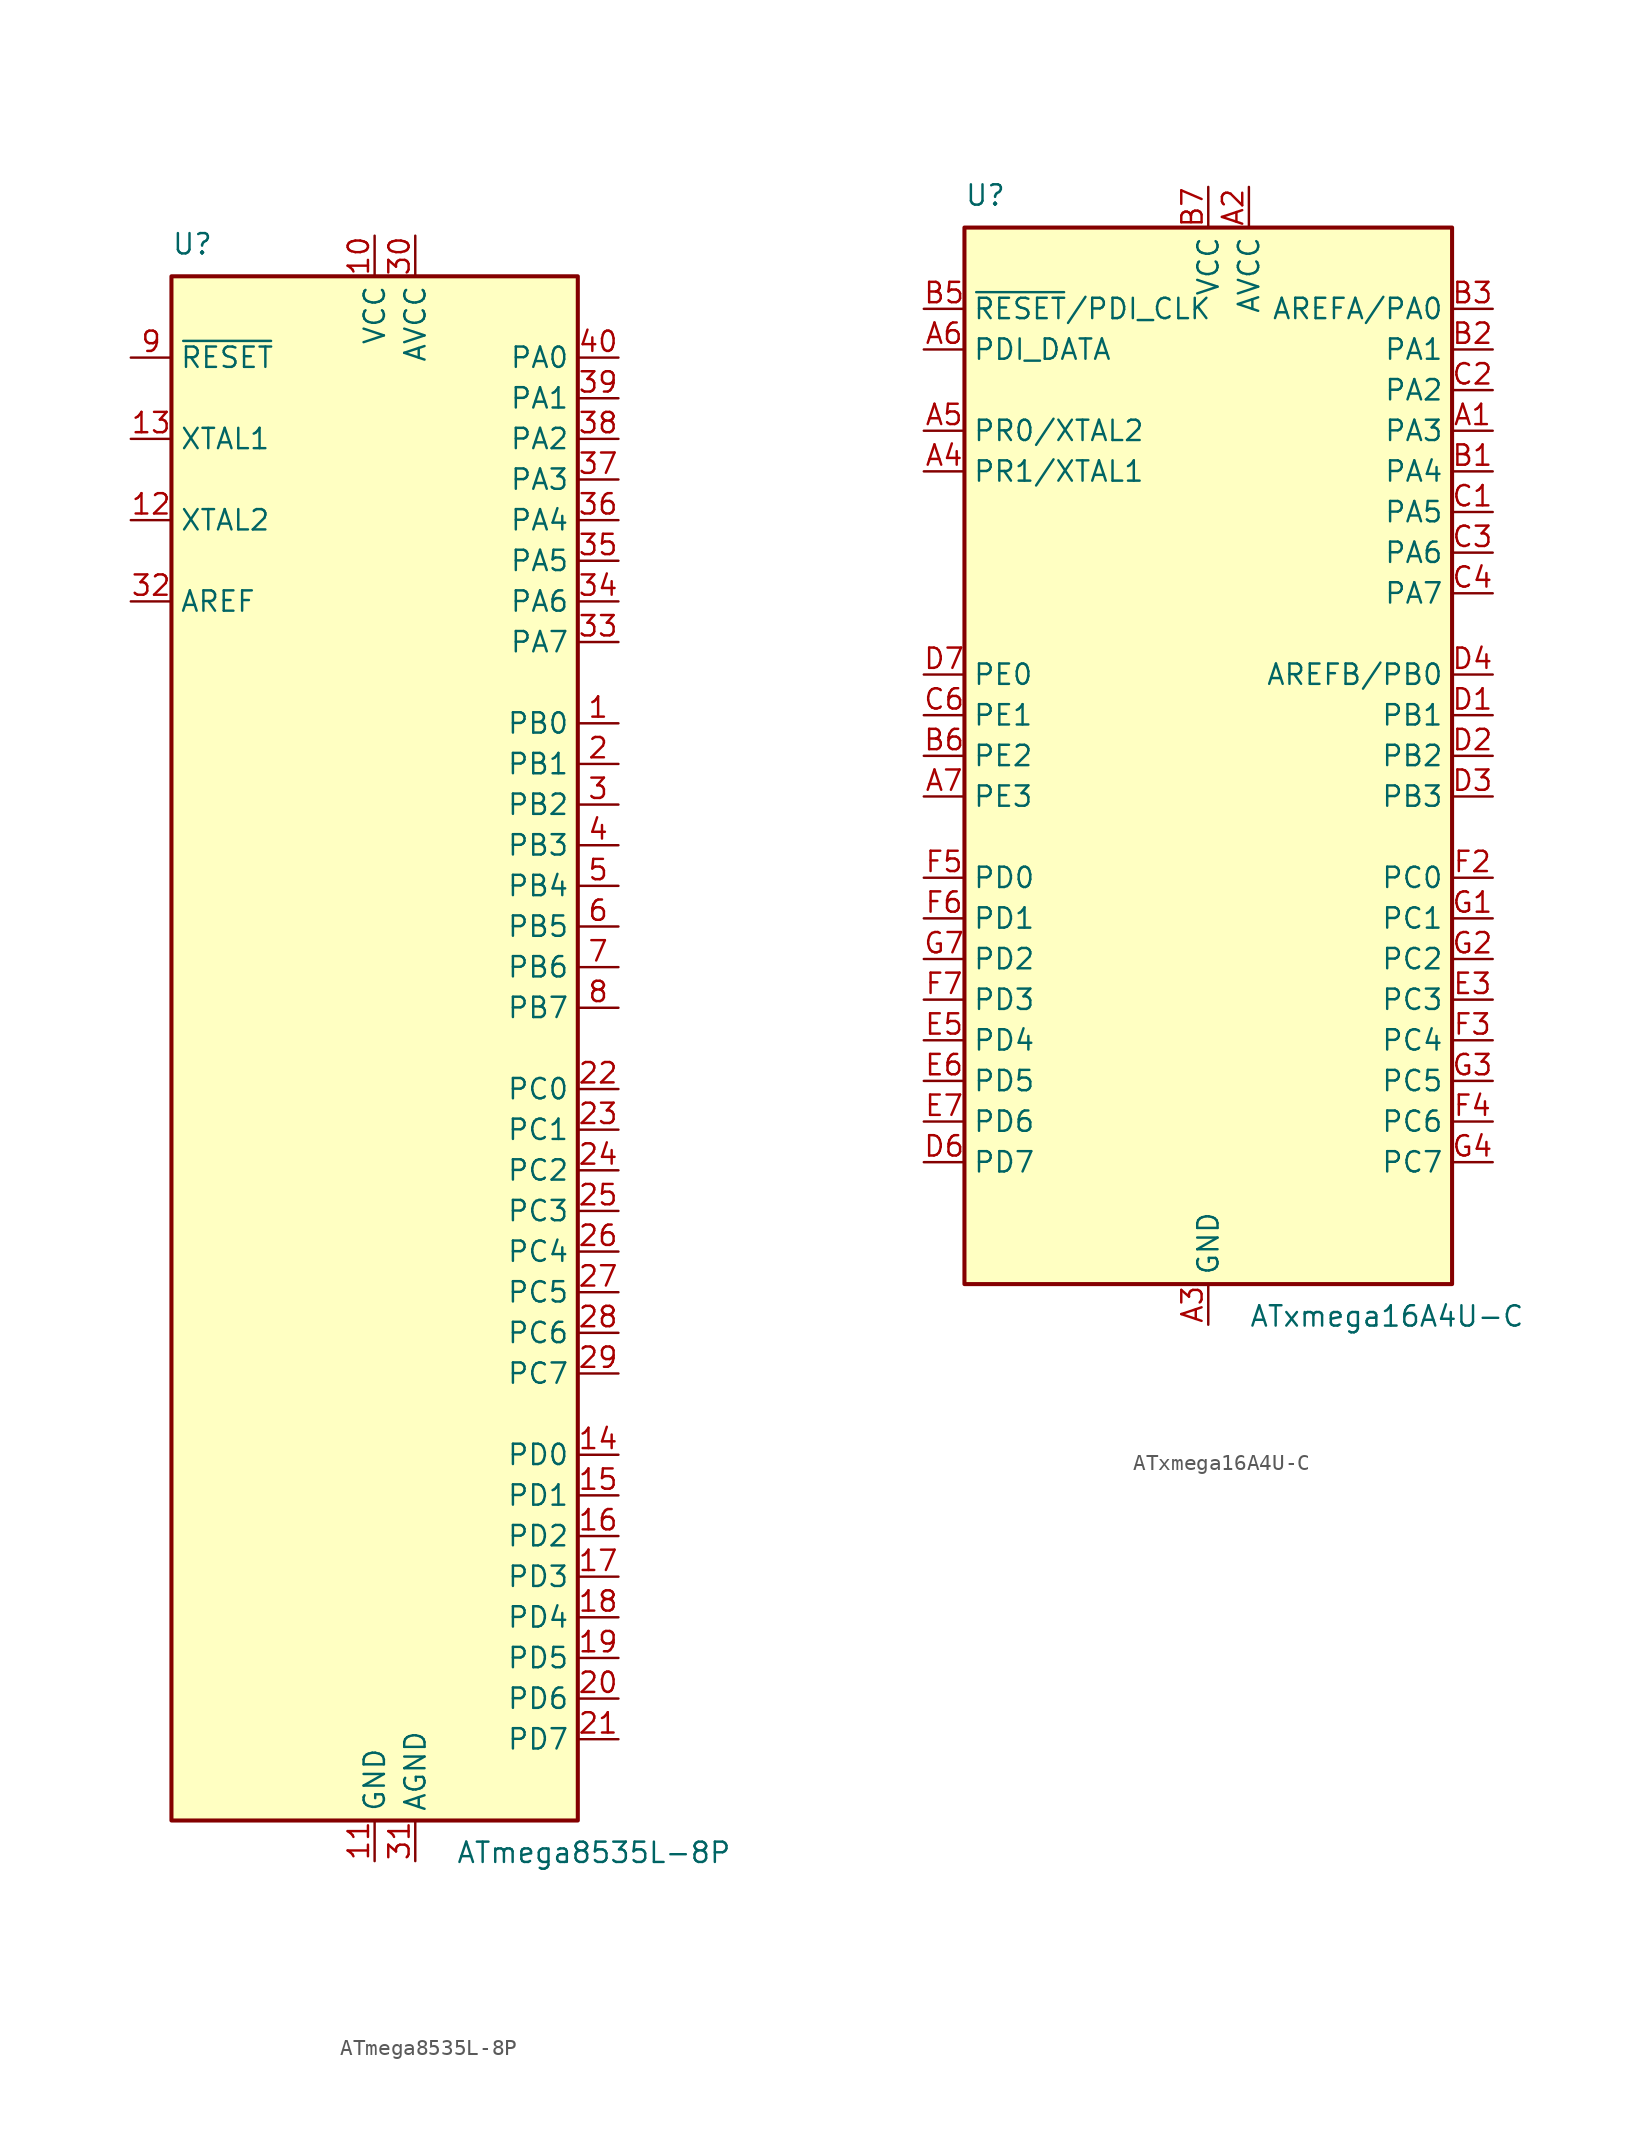
<source format=kicad_sym>
(kicad_symbol_lib
  (version 20231120)
  (generator "kicad_symbol_editor")
  (generator_version "8.0")
  (symbol "ATmega8535L-8P"
    (property "Reference" "U"
      (at -12.7 49.53 0)
      (effects (font (size 1.27 1.27)) (justify left bottom)))
    (property "Value" "ATmega8535L-8P"
      (at 5.08 -49.53 0)
      (effects (font (size 1.27 1.27)) (justify left top)))
    (symbol "ATmega8535L-8P_0_1"
      (rectangle (start -12.7 -48.26) (end 12.7 48.26) (stroke (width 0.254) (type default)) (fill (type background))))
    (symbol "ATmega8535L-8P_1_1"
      (pin bidirectional line (at 15.24 20.32 180) (length 2.54) (name "PB0" (effects (font (size 1.27 1.27)))) (number "1" (effects (font (size 1.27 1.27)))))
      (pin power_in line (at 0 50.8 270) (length 2.54) (name "VCC" (effects (font (size 1.27 1.27)))) (number "10" (effects (font (size 1.27 1.27)))))
      (pin power_in line (at 0 -50.8 90) (length 2.54) (name "GND" (effects (font (size 1.27 1.27)))) (number "11" (effects (font (size 1.27 1.27)))))
      (pin output line (at -15.24 33.02 0) (length 2.54) (name "XTAL2" (effects (font (size 1.27 1.27)))) (number "12" (effects (font (size 1.27 1.27)))))
      (pin input line (at -15.24 38.1 0) (length 2.54) (name "XTAL1" (effects (font (size 1.27 1.27)))) (number "13" (effects (font (size 1.27 1.27)))))
      (pin bidirectional line (at 15.24 -25.4 180) (length 2.54) (name "PD0" (effects (font (size 1.27 1.27)))) (number "14" (effects (font (size 1.27 1.27)))))
      (pin bidirectional line (at 15.24 -27.94 180) (length 2.54) (name "PD1" (effects (font (size 1.27 1.27)))) (number "15" (effects (font (size 1.27 1.27)))))
      (pin bidirectional line (at 15.24 -30.48 180) (length 2.54) (name "PD2" (effects (font (size 1.27 1.27)))) (number "16" (effects (font (size 1.27 1.27)))))
      (pin bidirectional line (at 15.24 -33.02 180) (length 2.54) (name "PD3" (effects (font (size 1.27 1.27)))) (number "17" (effects (font (size 1.27 1.27)))))
      (pin bidirectional line (at 15.24 -35.56 180) (length 2.54) (name "PD4" (effects (font (size 1.27 1.27)))) (number "18" (effects (font (size 1.27 1.27)))))
      (pin bidirectional line (at 15.24 -38.1 180) (length 2.54) (name "PD5" (effects (font (size 1.27 1.27)))) (number "19" (effects (font (size 1.27 1.27)))))
      (pin bidirectional line (at 15.24 17.78 180) (length 2.54) (name "PB1" (effects (font (size 1.27 1.27)))) (number "2" (effects (font (size 1.27 1.27)))))
      (pin bidirectional line (at 15.24 -40.64 180) (length 2.54) (name "PD6" (effects (font (size 1.27 1.27)))) (number "20" (effects (font (size 1.27 1.27)))))
      (pin bidirectional line (at 15.24 -43.18 180) (length 2.54) (name "PD7" (effects (font (size 1.27 1.27)))) (number "21" (effects (font (size 1.27 1.27)))))
      (pin bidirectional line (at 15.24 -2.54 180) (length 2.54) (name "PC0" (effects (font (size 1.27 1.27)))) (number "22" (effects (font (size 1.27 1.27)))))
      (pin bidirectional line (at 15.24 -5.08 180) (length 2.54) (name "PC1" (effects (font (size 1.27 1.27)))) (number "23" (effects (font (size 1.27 1.27)))))
      (pin bidirectional line (at 15.24 -7.62 180) (length 2.54) (name "PC2" (effects (font (size 1.27 1.27)))) (number "24" (effects (font (size 1.27 1.27)))))
      (pin bidirectional line (at 15.24 -10.16 180) (length 2.54) (name "PC3" (effects (font (size 1.27 1.27)))) (number "25" (effects (font (size 1.27 1.27)))))
      (pin bidirectional line (at 15.24 -12.7 180) (length 2.54) (name "PC4" (effects (font (size 1.27 1.27)))) (number "26" (effects (font (size 1.27 1.27)))))
      (pin bidirectional line (at 15.24 -15.24 180) (length 2.54) (name "PC5" (effects (font (size 1.27 1.27)))) (number "27" (effects (font (size 1.27 1.27)))))
      (pin bidirectional line (at 15.24 -17.78 180) (length 2.54) (name "PC6" (effects (font (size 1.27 1.27)))) (number "28" (effects (font (size 1.27 1.27)))))
      (pin bidirectional line (at 15.24 -20.32 180) (length 2.54) (name "PC7" (effects (font (size 1.27 1.27)))) (number "29" (effects (font (size 1.27 1.27)))))
      (pin bidirectional line (at 15.24 15.24 180) (length 2.54) (name "PB2" (effects (font (size 1.27 1.27)))) (number "3" (effects (font (size 1.27 1.27)))))
      (pin power_in line (at 2.54 50.8 270) (length 2.54) (name "AVCC" (effects (font (size 1.27 1.27)))) (number "30" (effects (font (size 1.27 1.27)))))
      (pin power_in line (at 2.54 -50.8 90) (length 2.54) (name "AGND" (effects (font (size 1.27 1.27)))) (number "31" (effects (font (size 1.27 1.27)))))
      (pin passive line (at -15.24 27.94 0) (length 2.54) (name "AREF" (effects (font (size 1.27 1.27)))) (number "32" (effects (font (size 1.27 1.27)))))
      (pin bidirectional line (at 15.24 25.4 180) (length 2.54) (name "PA7" (effects (font (size 1.27 1.27)))) (number "33" (effects (font (size 1.27 1.27)))))
      (pin bidirectional line (at 15.24 27.94 180) (length 2.54) (name "PA6" (effects (font (size 1.27 1.27)))) (number "34" (effects (font (size 1.27 1.27)))))
      (pin bidirectional line (at 15.24 30.48 180) (length 2.54) (name "PA5" (effects (font (size 1.27 1.27)))) (number "35" (effects (font (size 1.27 1.27)))))
      (pin bidirectional line (at 15.24 33.02 180) (length 2.54) (name "PA4" (effects (font (size 1.27 1.27)))) (number "36" (effects (font (size 1.27 1.27)))))
      (pin bidirectional line (at 15.24 35.56 180) (length 2.54) (name "PA3" (effects (font (size 1.27 1.27)))) (number "37" (effects (font (size 1.27 1.27)))))
      (pin bidirectional line (at 15.24 38.1 180) (length 2.54) (name "PA2" (effects (font (size 1.27 1.27)))) (number "38" (effects (font (size 1.27 1.27)))))
      (pin bidirectional line (at 15.24 40.64 180) (length 2.54) (name "PA1" (effects (font (size 1.27 1.27)))) (number "39" (effects (font (size 1.27 1.27)))))
      (pin bidirectional line (at 15.24 12.7 180) (length 2.54) (name "PB3" (effects (font (size 1.27 1.27)))) (number "4" (effects (font (size 1.27 1.27)))))
      (pin bidirectional line (at 15.24 43.18 180) (length 2.54) (name "PA0" (effects (font (size 1.27 1.27)))) (number "40" (effects (font (size 1.27 1.27)))))
      (pin bidirectional line (at 15.24 10.16 180) (length 2.54) (name "PB4" (effects (font (size 1.27 1.27)))) (number "5" (effects (font (size 1.27 1.27)))))
      (pin bidirectional line (at 15.24 7.62 180) (length 2.54) (name "PB5" (effects (font (size 1.27 1.27)))) (number "6" (effects (font (size 1.27 1.27)))))
      (pin bidirectional line (at 15.24 5.08 180) (length 2.54) (name "PB6" (effects (font (size 1.27 1.27)))) (number "7" (effects (font (size 1.27 1.27)))))
      (pin bidirectional line (at 15.24 2.54 180) (length 2.54) (name "PB7" (effects (font (size 1.27 1.27)))) (number "8" (effects (font (size 1.27 1.27)))))
      (pin input line (at -15.24 43.18 0) (length 2.54) (name "~{RESET}" (effects (font (size 1.27 1.27)))) (number "9" (effects (font (size 1.27 1.27)))))))
  (symbol "ATxmega16A4U-C"
    (property "Reference" "U"
      (at -15.24 34.29 0)
      (effects (font (size 1.27 1.27)) (justify left bottom)))
    (property "Value" "ATxmega16A4U-C"
      (at 2.54 -34.29 0)
      (effects (font (size 1.27 1.27)) (justify left top)))
    (symbol "ATxmega16A4U-C_0_1"
      (rectangle (start -15.24 -33.02) (end 15.24 33.02) (stroke (width 0.254) (type default)) (fill (type background))))
    (symbol "ATxmega16A4U-C_1_1"
      (pin bidirectional line (at 17.78 20.32 180) (length 2.54) (name "PA3" (effects (font (size 1.27 1.27)))) (number "A1" (effects (font (size 1.27 1.27)))))
      (pin power_in line (at 2.54 35.56 270) (length 2.54) (name "AVCC" (effects (font (size 1.27 1.27)))) (number "A2" (effects (font (size 1.27 1.27)))))
      (pin power_in line (at 0 -35.56 90) (length 2.54) (name "GND" (effects (font (size 1.27 1.27)))) (number "A3" (effects (font (size 1.27 1.27)))))
      (pin bidirectional line (at -17.78 17.78 0) (length 2.54) (name "PR1/XTAL1" (effects (font (size 1.27 1.27)))) (number "A4" (effects (font (size 1.27 1.27)))))
      (pin bidirectional line (at -17.78 20.32 0) (length 2.54) (name "PR0/XTAL2" (effects (font (size 1.27 1.27)))) (number "A5" (effects (font (size 1.27 1.27)))))
      (pin bidirectional line (at -17.78 25.4 0) (length 2.54) (name "PDI_DATA" (effects (font (size 1.27 1.27)))) (number "A6" (effects (font (size 1.27 1.27)))))
      (pin bidirectional line (at -17.78 -2.54 0) (length 2.54) (name "PE3" (effects (font (size 1.27 1.27)))) (number "A7" (effects (font (size 1.27 1.27)))))
      (pin bidirectional line (at 17.78 17.78 180) (length 2.54) (name "PA4" (effects (font (size 1.27 1.27)))) (number "B1" (effects (font (size 1.27 1.27)))))
      (pin bidirectional line (at 17.78 25.4 180) (length 2.54) (name "PA1" (effects (font (size 1.27 1.27)))) (number "B2" (effects (font (size 1.27 1.27)))))
      (pin bidirectional line (at 17.78 27.94 180) (length 2.54) (name "AREFA/PA0" (effects (font (size 1.27 1.27)))) (number "B3" (effects (font (size 1.27 1.27)))))
      (pin passive line (at 0 -35.56 90) (length 2.54) hide (name "GND" (effects (font (size 1.27 1.27)))) (number "B4" (effects (font (size 1.27 1.27)))))
      (pin input line (at -17.78 27.94 0) (length 2.54) (name "~{RESET}/PDI_CLK" (effects (font (size 1.27 1.27)))) (number "B5" (effects (font (size 1.27 1.27)))))
      (pin bidirectional line (at -17.78 0 0) (length 2.54) (name "PE2" (effects (font (size 1.27 1.27)))) (number "B6" (effects (font (size 1.27 1.27)))))
      (pin power_in line (at 0 35.56 270) (length 2.54) (name "VCC" (effects (font (size 1.27 1.27)))) (number "B7" (effects (font (size 1.27 1.27)))))
      (pin bidirectional line (at 17.78 15.24 180) (length 2.54) (name "PA5" (effects (font (size 1.27 1.27)))) (number "C1" (effects (font (size 1.27 1.27)))))
      (pin bidirectional line (at 17.78 22.86 180) (length 2.54) (name "PA2" (effects (font (size 1.27 1.27)))) (number "C2" (effects (font (size 1.27 1.27)))))
      (pin bidirectional line (at 17.78 12.7 180) (length 2.54) (name "PA6" (effects (font (size 1.27 1.27)))) (number "C3" (effects (font (size 1.27 1.27)))))
      (pin bidirectional line (at 17.78 10.16 180) (length 2.54) (name "PA7" (effects (font (size 1.27 1.27)))) (number "C4" (effects (font (size 1.27 1.27)))))
      (pin passive line (at 0 -35.56 90) (length 2.54) hide (name "GND" (effects (font (size 1.27 1.27)))) (number "C5" (effects (font (size 1.27 1.27)))))
      (pin bidirectional line (at -17.78 2.54 0) (length 2.54) (name "PE1" (effects (font (size 1.27 1.27)))) (number "C6" (effects (font (size 1.27 1.27)))))
      (pin passive line (at 0 -35.56 90) (length 2.54) hide (name "GND" (effects (font (size 1.27 1.27)))) (number "C7" (effects (font (size 1.27 1.27)))))
      (pin bidirectional line (at 17.78 2.54 180) (length 2.54) (name "PB1" (effects (font (size 1.27 1.27)))) (number "D1" (effects (font (size 1.27 1.27)))))
      (pin bidirectional line (at 17.78 0 180) (length 2.54) (name "PB2" (effects (font (size 1.27 1.27)))) (number "D2" (effects (font (size 1.27 1.27)))))
      (pin bidirectional line (at 17.78 -2.54 180) (length 2.54) (name "PB3" (effects (font (size 1.27 1.27)))) (number "D3" (effects (font (size 1.27 1.27)))))
      (pin bidirectional line (at 17.78 5.08 180) (length 2.54) (name "AREFB/PB0" (effects (font (size 1.27 1.27)))) (number "D4" (effects (font (size 1.27 1.27)))))
      (pin passive line (at 0 -35.56 90) (length 2.54) hide (name "GND" (effects (font (size 1.27 1.27)))) (number "D5" (effects (font (size 1.27 1.27)))))
      (pin bidirectional line (at -17.78 -25.4 0) (length 2.54) (name "PD7" (effects (font (size 1.27 1.27)))) (number "D6" (effects (font (size 1.27 1.27)))))
      (pin bidirectional line (at -17.78 5.08 0) (length 2.54) (name "PE0" (effects (font (size 1.27 1.27)))) (number "D7" (effects (font (size 1.27 1.27)))))
      (pin passive line (at 0 -35.56 90) (length 2.54) hide (name "GND" (effects (font (size 1.27 1.27)))) (number "E1" (effects (font (size 1.27 1.27)))))
      (pin passive line (at 0 -35.56 90) (length 2.54) hide (name "GND" (effects (font (size 1.27 1.27)))) (number "E2" (effects (font (size 1.27 1.27)))))
      (pin bidirectional line (at 17.78 -15.24 180) (length 2.54) (name "PC3" (effects (font (size 1.27 1.27)))) (number "E3" (effects (font (size 1.27 1.27)))))
      (pin passive line (at 0 -35.56 90) (length 2.54) hide (name "GND" (effects (font (size 1.27 1.27)))) (number "E4" (effects (font (size 1.27 1.27)))))
      (pin bidirectional line (at -17.78 -17.78 0) (length 2.54) (name "PD4" (effects (font (size 1.27 1.27)))) (number "E5" (effects (font (size 1.27 1.27)))))
      (pin bidirectional line (at -17.78 -20.32 0) (length 2.54) (name "PD5" (effects (font (size 1.27 1.27)))) (number "E6" (effects (font (size 1.27 1.27)))))
      (pin bidirectional line (at -17.78 -22.86 0) (length 2.54) (name "PD6" (effects (font (size 1.27 1.27)))) (number "E7" (effects (font (size 1.27 1.27)))))
      (pin passive line (at 0 35.56 270) (length 2.54) hide (name "VCC" (effects (font (size 1.27 1.27)))) (number "F1" (effects (font (size 1.27 1.27)))))
      (pin bidirectional line (at 17.78 -7.62 180) (length 2.54) (name "PC0" (effects (font (size 1.27 1.27)))) (number "F2" (effects (font (size 1.27 1.27)))))
      (pin bidirectional line (at 17.78 -17.78 180) (length 2.54) (name "PC4" (effects (font (size 1.27 1.27)))) (number "F3" (effects (font (size 1.27 1.27)))))
      (pin bidirectional line (at 17.78 -22.86 180) (length 2.54) (name "PC6" (effects (font (size 1.27 1.27)))) (number "F4" (effects (font (size 1.27 1.27)))))
      (pin bidirectional line (at -17.78 -7.62 0) (length 2.54) (name "PD0" (effects (font (size 1.27 1.27)))) (number "F5" (effects (font (size 1.27 1.27)))))
      (pin bidirectional line (at -17.78 -10.16 0) (length 2.54) (name "PD1" (effects (font (size 1.27 1.27)))) (number "F6" (effects (font (size 1.27 1.27)))))
      (pin bidirectional line (at -17.78 -15.24 0) (length 2.54) (name "PD3" (effects (font (size 1.27 1.27)))) (number "F7" (effects (font (size 1.27 1.27)))))
      (pin bidirectional line (at 17.78 -10.16 180) (length 2.54) (name "PC1" (effects (font (size 1.27 1.27)))) (number "G1" (effects (font (size 1.27 1.27)))))
      (pin bidirectional line (at 17.78 -12.7 180) (length 2.54) (name "PC2" (effects (font (size 1.27 1.27)))) (number "G2" (effects (font (size 1.27 1.27)))))
      (pin bidirectional line (at 17.78 -20.32 180) (length 2.54) (name "PC5" (effects (font (size 1.27 1.27)))) (number "G3" (effects (font (size 1.27 1.27)))))
      (pin bidirectional line (at 17.78 -25.4 180) (length 2.54) (name "PC7" (effects (font (size 1.27 1.27)))) (number "G4" (effects (font (size 1.27 1.27)))))
      (pin passive line (at 0 -35.56 90) (length 2.54) hide (name "GND" (effects (font (size 1.27 1.27)))) (number "G5" (effects (font (size 1.27 1.27)))))
      (pin passive line (at 0 35.56 270) (length 2.54) hide (name "VCC" (effects (font (size 1.27 1.27)))) (number "G6" (effects (font (size 1.27 1.27)))))
      (pin bidirectional line (at -17.78 -12.7 0) (length 2.54) (name "PD2" (effects (font (size 1.27 1.27)))) (number "G7" (effects (font (size 1.27 1.27))))))))
</source>
